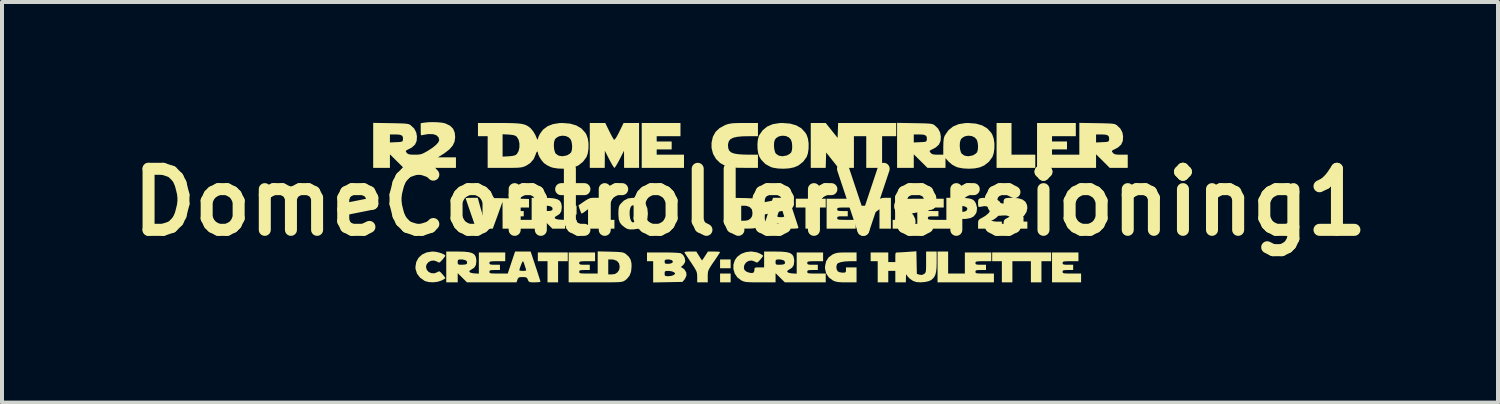
<source format=kicad_pcb>
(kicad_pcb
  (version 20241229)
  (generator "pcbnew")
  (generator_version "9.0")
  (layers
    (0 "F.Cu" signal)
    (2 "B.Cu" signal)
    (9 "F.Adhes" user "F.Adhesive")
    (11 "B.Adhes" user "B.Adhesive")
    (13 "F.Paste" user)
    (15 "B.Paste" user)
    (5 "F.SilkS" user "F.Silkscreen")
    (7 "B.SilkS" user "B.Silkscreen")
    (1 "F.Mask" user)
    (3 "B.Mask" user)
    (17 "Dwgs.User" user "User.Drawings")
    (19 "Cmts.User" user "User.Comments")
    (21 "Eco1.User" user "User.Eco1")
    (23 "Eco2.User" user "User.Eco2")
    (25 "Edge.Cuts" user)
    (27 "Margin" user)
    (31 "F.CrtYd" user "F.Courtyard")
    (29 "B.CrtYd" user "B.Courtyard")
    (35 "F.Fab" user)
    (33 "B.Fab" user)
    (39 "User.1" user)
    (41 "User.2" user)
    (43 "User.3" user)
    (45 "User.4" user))
  (footprint "DomeControllerVersioning1"
    (layer "F.Cu")
    (at 15.683 2.001)
    (property "Reference" "DomeControllerVersioning1" (at 0 0 0) (layer "F.SilkS") (effects (font (size 1.524 1.524) (thickness 0.3))))
    (attr board_only exclude_from_pos_files exclude_from_bom)
    (fp_poly (pts (xy -4.332 0.308) (xy -4.596 0.308) (xy -4.596 0.088) (xy -4.332 0.088)) (stroke (width 0) (type solid)) (fill yes) (layer "F.SilkS"))
    (fp_poly (pts (xy -4.332 0.66) (xy -4.596 0.66) (xy -4.596 0.44) (xy -4.332 0.44)) (stroke (width 0) (type solid)) (fill yes) (layer "F.SilkS"))
    (fp_poly (pts (xy -3.387 0.66) (xy -3.651 0.66) (xy -3.651 0.44) (xy -3.387 0.44)) (stroke (width 0) (type solid)) (fill yes) (layer "F.SilkS"))
    (fp_poly (pts (xy -0.484 1.649) (xy -0.748 1.649) (xy -0.748 1.429) (xy -0.484 1.429)) (stroke (width 0) (type solid)) (fill yes) (layer "F.SilkS"))
    (fp_poly (pts (xy -0.484 2.001) (xy -0.748 2.001) (xy -0.748 1.781) (xy -0.484 1.781)) (stroke (width 0) (type solid)) (fill yes) (layer "F.SilkS"))
    (fp_poly (pts (xy 2.947 0.308) (xy 2.683 0.308) (xy 2.683 0.088) (xy 2.947 0.088)) (stroke (width 0) (type solid)) (fill yes) (layer "F.SilkS"))
    (fp_poly (pts (xy 2.947 0.66) (xy 2.683 0.66) (xy 2.683 0.44) (xy 2.947 0.44)) (stroke (width 0) (type solid)) (fill yes) (layer "F.SilkS"))
    (fp_poly (pts (xy 6.531 -1.188) (xy 7.125 -1.188) (xy 7.125 -0.858) (xy 6.158 -0.858) (xy 6.158 -1.979) (xy 6.531 -1.979)) (stroke (width 0) (type solid)) (fill yes) (layer "F.SilkS"))
    (fp_poly (pts (xy -4.552 1.473) (xy -4.794 1.473) (xy -4.794 2.001) (xy -5.058 2.001) (xy -5.058 1.473) (xy -5.3 1.473) (xy -5.3 1.254) (xy -4.552 1.254)) (stroke (width 0) (type solid)) (fill yes) (layer "F.SilkS"))
    (fp_poly (pts (xy 1.891 0.132) (xy 1.649 0.132) (xy 1.649 0.66) (xy 1.385 0.66) (xy 1.385 0.132) (xy 1.144 0.132) (xy 1.144 -0.088) (xy 1.891 -0.088)) (stroke (width 0) (type solid)) (fill yes) (layer "F.SilkS"))
    (fp_poly (pts (xy -1.737 -1.649) (xy -2.331 -1.649) (xy -2.331 -1.517) (xy -1.957 -1.517) (xy -1.957 -1.319) (xy -2.331 -1.319) (xy -2.331 -1.188) (xy -1.649 -1.188) (xy -1.649 -0.858) (xy -2.705 -0.858) (xy -2.705 -1.979) (xy -1.737 -1.979)) (stroke (width 0) (type solid)) (fill yes) (layer "F.SilkS"))
    (fp_poly (pts (xy 7.521 1.473) (xy 7.279 1.473) (xy 7.279 2.001) (xy 7.015 2.001) (xy 7.015 1.473) (xy 6.553 1.473) (xy 6.553 2.001) (xy 6.29 2.001) (xy 6.29 1.473) (xy 6.048 1.473) (xy 6.048 1.254) (xy 7.521 1.254)) (stroke (width 0) (type solid)) (fill yes) (layer "F.SilkS"))
    (fp_poly (pts (xy 2.039 -1.793) (xy 2.188 -1.607) (xy 2.194 -1.793) (xy 2.201 -1.979) (xy 3.651 -1.979) (xy 3.651 -1.649) (xy 3.299 -1.649) (xy 3.299 -0.858) (xy 2.903 -0.858) (xy 2.903 -1.649) (xy 2.595 -1.649) (xy 2.595 -0.858) (xy 2.206 -0.858) (xy 2.054 -1.05) (xy 1.902 -1.242) (xy 1.896 -1.05) (xy 1.89 -0.858) (xy 1.517 -0.858) (xy 1.517 -1.979) (xy 1.89 -1.979)) (stroke (width 0) (type solid)) (fill yes) (layer "F.SilkS"))
    (fp_poly (pts (xy -3.761 0.66) (xy -4.046 0.66) (xy -4.046 0.174) (xy -4.124 0.233) (xy -4.172 0.267) (xy -4.203 0.283) (xy -4.208 0.283) (xy -4.222 0.257) (xy -4.242 0.208) (xy -4.262 0.152) (xy -4.278 0.103) (xy -4.284 0.079) (xy -4.284 0.078) (xy -4.18 0.006) (xy -4.104 -0.045) (xy -4.048 -0.078) (xy -4.005 -0.098) (xy -3.967 -0.107) (xy -3.926 -0.11) (xy -3.886 -0.11) (xy -3.761 -0.11)) (stroke (width 0) (type solid)) (fill yes) (layer "F.SilkS"))
    (fp_poly (pts (xy 3.519 0.66) (xy 3.233 0.66) (xy 3.233 0.174) (xy 3.155 0.233) (xy 3.107 0.267) (xy 3.076 0.283) (xy 3.071 0.283) (xy 3.057 0.257) (xy 3.037 0.208) (xy 3.017 0.152) (xy 3.001 0.103) (xy 2.995 0.079) (xy 2.995 0.078) (xy 3.1 0.006) (xy 3.175 -0.045) (xy 3.231 -0.078) (xy 3.274 -0.098) (xy 3.312 -0.107) (xy 3.353 -0.11) (xy 3.393 -0.11) (xy 3.519 -0.11)) (stroke (width 0) (type solid)) (fill yes) (layer "F.SilkS"))
    (fp_poly (pts (xy 2.573 0.132) (xy 2.375 0.132) (xy 2.281 0.133) (xy 2.223 0.136) (xy 2.191 0.144) (xy 2.179 0.159) (xy 2.177 0.176) (xy 2.182 0.2) (xy 2.203 0.214) (xy 2.251 0.219) (xy 2.309 0.22) (xy 2.441 0.22) (xy 2.441 0.352) (xy 2.309 0.352) (xy 2.235 0.353) (xy 2.196 0.361) (xy 2.18 0.376) (xy 2.177 0.396) (xy 2.18 0.415) (xy 2.194 0.428) (xy 2.227 0.436) (xy 2.286 0.439) (xy 2.379 0.44) (xy 2.408 0.44) (xy 2.639 0.44) (xy 2.639 0.66) (xy 1.913 0.66) (xy 1.913 -0.088) (xy 2.573 -0.088)) (stroke (width 0) (type solid)) (fill yes) (layer "F.SilkS"))
    (fp_poly (pts (xy 8.203 1.473) (xy 8.005 1.473) (xy 7.911 1.474) (xy 7.852 1.478) (xy 7.821 1.486) (xy 7.809 1.5) (xy 7.807 1.517) (xy 7.812 1.542) (xy 7.833 1.555) (xy 7.88 1.561) (xy 7.939 1.561) (xy 8.071 1.561) (xy 8.071 1.693) (xy 7.939 1.693) (xy 7.865 1.695) (xy 7.825 1.702) (xy 7.809 1.718) (xy 7.807 1.737) (xy 7.81 1.757) (xy 7.824 1.77) (xy 7.856 1.777) (xy 7.915 1.78) (xy 8.009 1.781) (xy 8.038 1.781) (xy 8.269 1.781) (xy 8.269 2.001) (xy 7.543 2.001) (xy 7.543 1.254) (xy 8.203 1.254)) (stroke (width 0) (type solid)) (fill yes) (layer "F.SilkS"))
    (fp_poly (pts (xy -3.518 -1.78) (xy -3.474 -1.693) (xy -3.435 -1.621) (xy -3.407 -1.574) (xy -3.396 -1.56) (xy -3.376 -1.57) (xy -3.34 -1.62) (xy -3.29 -1.71) (xy -3.265 -1.76) (xy -3.158 -1.979) (xy -2.771 -1.979) (xy -2.771 -0.858) (xy -3.145 -0.858) (xy -3.146 -1.072) (xy -3.147 -1.286) (xy -3.256 -1.072) (xy -3.302 -0.985) (xy -3.343 -0.915) (xy -3.373 -0.87) (xy -3.387 -0.858) (xy -3.405 -0.876) (xy -3.437 -0.926) (xy -3.479 -0.999) (xy -3.517 -1.072) (xy -3.626 -1.286) (xy -3.627 -1.072) (xy -3.629 -0.858) (xy -4.002 -0.858) (xy -4.002 -1.979) (xy -3.616 -1.979)) (stroke (width 0) (type solid)) (fill yes) (layer "F.SilkS"))
    (fp_poly (pts (xy 4.948 1.781) (xy 5.366 1.781) (xy 5.366 1.254) (xy 6.026 1.254) (xy 6.026 1.473) (xy 5.828 1.473) (xy 5.734 1.474) (xy 5.675 1.478) (xy 5.644 1.486) (xy 5.632 1.5) (xy 5.63 1.517) (xy 5.635 1.542) (xy 5.656 1.555) (xy 5.703 1.561) (xy 5.762 1.561) (xy 5.894 1.561) (xy 5.894 1.693) (xy 5.762 1.693) (xy 5.688 1.695) (xy 5.648 1.702) (xy 5.632 1.718) (xy 5.63 1.737) (xy 5.633 1.757) (xy 5.647 1.77) (xy 5.679 1.777) (xy 5.738 1.78) (xy 5.832 1.781) (xy 5.861 1.781) (xy 6.092 1.781) (xy 6.092 2.001) (xy 4.684 2.001) (xy 4.684 1.232) (xy 4.948 1.232)) (stroke (width 0) (type solid)) (fill yes) (layer "F.SilkS"))
    (fp_poly (pts (xy 6.7 -0.099) (xy 6.808 -0.066) (xy 6.88 -0.01) (xy 6.919 0.071) (xy 6.927 0.147) (xy 6.906 0.243) (xy 6.847 0.334) (xy 6.755 0.413) (xy 6.71 0.44) (xy 6.63 0.482) (xy 6.927 0.484) (xy 6.927 0.66) (xy 6.334 0.66) (xy 6.334 0.55) (xy 6.336 0.484) (xy 6.349 0.445) (xy 6.381 0.417) (xy 6.419 0.397) (xy 6.522 0.336) (xy 6.594 0.273) (xy 6.635 0.214) (xy 6.64 0.162) (xy 6.608 0.121) (xy 6.581 0.108) (xy 6.493 0.097) (xy 6.439 0.106) (xy 6.384 0.116) (xy 6.349 0.117) (xy 6.346 0.115) (xy 6.338 0.087) (xy 6.334 0.032) (xy 6.334 0.01) (xy 6.336 -0.045) (xy 6.351 -0.079) (xy 6.384 -0.099) (xy 6.444 -0.108) (xy 6.54 -0.11) (xy 6.556 -0.11)) (stroke (width 0) (type solid)) (fill yes) (layer "F.SilkS"))
    (fp_poly (pts (xy 6.063 -0.099) (xy 6.17 -0.066) (xy 6.242 -0.01) (xy 6.281 0.071) (xy 6.29 0.147) (xy 6.269 0.243) (xy 6.209 0.334) (xy 6.118 0.413) (xy 6.072 0.44) (xy 5.993 0.482) (xy 6.141 0.483) (xy 6.29 0.484) (xy 6.29 0.66) (xy 5.696 0.66) (xy 5.696 0.55) (xy 5.698 0.484) (xy 5.711 0.445) (xy 5.743 0.417) (xy 5.781 0.397) (xy 5.884 0.336) (xy 5.957 0.273) (xy 5.997 0.214) (xy 6.002 0.162) (xy 5.97 0.121) (xy 5.944 0.108) (xy 5.855 0.097) (xy 5.802 0.106) (xy 5.746 0.116) (xy 5.711 0.117) (xy 5.708 0.115) (xy 5.7 0.087) (xy 5.696 0.032) (xy 5.696 0.01) (xy 5.699 -0.045) (xy 5.713 -0.079) (xy 5.746 -0.099) (xy 5.807 -0.108) (xy 5.902 -0.11) (xy 5.918 -0.11)) (stroke (width 0) (type solid)) (fill yes) (layer "F.SilkS"))
    (fp_poly (pts (xy 2.661 1.473) (xy 2.501 1.473) (xy 2.371 1.479) (xy 2.269 1.496) (xy 2.199 1.522) (xy 2.174 1.544) (xy 2.157 1.603) (xy 2.162 1.671) (xy 2.189 1.724) (xy 2.19 1.725) (xy 2.236 1.748) (xy 2.303 1.759) (xy 2.311 1.759) (xy 2.366 1.757) (xy 2.391 1.742) (xy 2.397 1.706) (xy 2.397 1.693) (xy 2.397 1.627) (xy 2.661 1.627) (xy 2.661 2.001) (xy 2.414 2.001) (xy 2.297 2) (xy 2.214 1.995) (xy 2.152 1.985) (xy 2.101 1.968) (xy 2.072 1.955) (xy 1.972 1.882) (xy 1.904 1.783) (xy 1.874 1.665) (xy 1.874 1.597) (xy 1.901 1.474) (xy 1.961 1.38) (xy 2.057 1.308) (xy 2.074 1.299) (xy 2.126 1.278) (xy 2.182 1.264) (xy 2.255 1.257) (xy 2.354 1.254) (xy 2.415 1.254) (xy 2.661 1.254)) (stroke (width 0) (type solid)) (fill yes) (layer "F.SilkS"))
    (fp_poly (pts (xy -0.243 -0.106) (xy -0.101 -0.103) (xy 0.005 -0.099) (xy 0.081 -0.095) (xy 0.133 -0.087) (xy 0.17 -0.077) (xy 0.197 -0.063) (xy 0.212 -0.054) (xy 0.291 0.017) (xy 0.338 0.09) (xy 0.359 0.182) (xy 0.363 0.26) (xy 0.35 0.394) (xy 0.309 0.499) (xy 0.236 0.582) (xy 0.199 0.61) (xy 0.166 0.63) (xy 0.131 0.644) (xy 0.085 0.653) (xy 0.019 0.657) (xy -0.075 0.659) (xy -0.179 0.66) (xy -0.484 0.66) (xy -0.484 0.462) (xy -0.22 0.462) (xy -0.131 0.462) (xy -0.051 0.45) (xy 0.01 0.41) (xy 0.012 0.408) (xy 0.054 0.346) (xy 0.066 0.266) (xy 0.048 0.182) (xy -0.005 0.122) (xy -0.088 0.091) (xy -0.135 0.088) (xy -0.22 0.088) (xy -0.22 0.462) (xy -0.484 0.462) (xy -0.484 0.11) (xy -0.638 0.11) (xy -0.638 -0.113)) (stroke (width 0) (type solid)) (fill yes) (layer "F.SilkS"))
    (fp_poly (pts (xy 0.198 -1.649) (xy -0.019 -1.649) (xy -0.191 -1.646) (xy -0.324 -1.633) (xy -0.422 -1.61) (xy -0.489 -1.574) (xy -0.529 -1.524) (xy -0.548 -1.458) (xy -0.55 -1.418) (xy -0.543 -1.344) (xy -0.518 -1.287) (xy -0.472 -1.245) (xy -0.4 -1.217) (xy -0.296 -1.199) (xy -0.156 -1.19) (xy -0.038 -1.188) (xy 0.198 -1.188) (xy 0.198 -0.858) (xy -0.148 -0.859) (xy -0.287 -0.86) (xy -0.391 -0.863) (xy -0.469 -0.87) (xy -0.53 -0.88) (xy -0.583 -0.895) (xy -0.613 -0.905) (xy -0.746 -0.979) (xy -0.851 -1.082) (xy -0.924 -1.21) (xy -0.961 -1.355) (xy -0.961 -1.485) (xy -0.928 -1.635) (xy -0.861 -1.757) (xy -0.758 -1.854) (xy -0.619 -1.928) (xy -0.604 -1.934) (xy -0.55 -1.952) (xy -0.493 -1.964) (xy -0.425 -1.973) (xy -0.337 -1.977) (xy -0.218 -1.979) (xy -0.142 -1.979) (xy 0.198 -1.979)) (stroke (width 0) (type solid)) (fill yes) (layer "F.SilkS"))
    (fp_poly (pts (xy -1.273 1.341) (xy -1.236 1.4) (xy -1.209 1.44) (xy -1.199 1.451) (xy -1.184 1.435) (xy -1.154 1.391) (xy -1.122 1.341) (xy -1.051 1.232) (xy -0.899 1.232) (xy -0.824 1.233) (xy -0.77 1.238) (xy -0.748 1.244) (xy -0.748 1.244) (xy -0.759 1.266) (xy -0.792 1.317) (xy -0.839 1.389) (xy -0.897 1.475) (xy -0.902 1.481) (xy -0.966 1.575) (xy -1.009 1.643) (xy -1.036 1.695) (xy -1.049 1.74) (xy -1.055 1.788) (xy -1.056 1.85) (xy -1.056 1.853) (xy -1.056 2.001) (xy -1.319 2.001) (xy -1.319 1.869) (xy -1.321 1.811) (xy -1.327 1.764) (xy -1.343 1.717) (xy -1.372 1.662) (xy -1.419 1.587) (xy -1.469 1.511) (xy -1.529 1.422) (xy -1.58 1.345) (xy -1.617 1.288) (xy -1.636 1.259) (xy -1.636 1.259) (xy -1.634 1.244) (xy -1.603 1.235) (xy -1.536 1.232) (xy -1.497 1.232) (xy -1.341 1.232)) (stroke (width 0) (type solid)) (fill yes) (layer "F.SilkS"))
    (fp_poly (pts (xy -2.795 -0.093) (xy -2.688 -0.043) (xy -2.611 0.039) (xy -2.565 0.152) (xy -2.551 0.284) (xy -2.565 0.426) (xy -2.606 0.535) (xy -2.678 0.612) (xy -2.781 0.659) (xy -2.902 0.678) (xy -2.988 0.68) (xy -3.046 0.672) (xy -3.094 0.651) (xy -3.121 0.634) (xy -3.2 0.572) (xy -3.251 0.507) (xy -3.278 0.429) (xy -3.287 0.324) (xy -3.287 0.309) (xy -3.007 0.309) (xy -3.007 0.312) (xy -2.994 0.406) (xy -2.968 0.472) (xy -2.935 0.504) (xy -2.924 0.506) (xy -2.896 0.492) (xy -2.871 0.471) (xy -2.85 0.426) (xy -2.838 0.353) (xy -2.835 0.268) (xy -2.842 0.186) (xy -2.858 0.122) (xy -2.872 0.1) (xy -2.917 0.074) (xy -2.956 0.087) (xy -2.987 0.134) (xy -3.005 0.21) (xy -3.007 0.309) (xy -3.287 0.309) (xy -3.288 0.286) (xy -3.285 0.19) (xy -3.277 0.125) (xy -3.259 0.078) (xy -3.242 0.051) (xy -3.151 -0.042) (xy -3.046 -0.095) (xy -2.93 -0.11)) (stroke (width 0) (type solid)) (fill yes) (layer "F.SilkS"))
    (fp_poly (pts (xy -7.851 1.238) (xy -7.771 1.255) (xy -7.697 1.279) (xy -7.64 1.306) (xy -7.611 1.332) (xy -7.61 1.338) (xy -7.624 1.361) (xy -7.658 1.405) (xy -7.685 1.437) (xy -7.73 1.485) (xy -7.759 1.506) (xy -7.785 1.502) (xy -7.816 1.483) (xy -7.891 1.456) (xy -7.967 1.463) (xy -8.034 1.498) (xy -8.079 1.555) (xy -8.093 1.616) (xy -8.074 1.688) (xy -8.024 1.743) (xy -7.955 1.773) (xy -7.878 1.774) (xy -7.816 1.749) (xy -7.782 1.729) (xy -7.755 1.728) (xy -7.725 1.752) (xy -7.685 1.796) (xy -7.643 1.847) (xy -7.615 1.884) (xy -7.61 1.895) (xy -7.627 1.912) (xy -7.673 1.939) (xy -7.704 1.955) (xy -7.802 1.987) (xy -7.915 2) (xy -8.026 1.994) (xy -8.117 1.969) (xy -8.126 1.965) (xy -8.241 1.884) (xy -8.317 1.785) (xy -8.354 1.668) (xy -8.357 1.619) (xy -8.337 1.494) (xy -8.28 1.389) (xy -8.192 1.307) (xy -8.077 1.253) (xy -7.941 1.232) (xy -7.925 1.232)) (stroke (width 0) (type solid)) (fill yes) (layer "F.SilkS"))
    (fp_poly (pts (xy 4.161 1.507) (xy 4.167 1.789) (xy 4.229 1.809) (xy 4.292 1.817) (xy 4.344 1.794) (xy 4.367 1.777) (xy 4.382 1.756) (xy 4.392 1.723) (xy 4.396 1.67) (xy 4.398 1.588) (xy 4.398 1.495) (xy 4.398 1.232) (xy 4.662 1.232) (xy 4.662 1.49) (xy 4.659 1.633) (xy 4.647 1.741) (xy 4.625 1.822) (xy 4.59 1.883) (xy 4.539 1.932) (xy 4.526 1.943) (xy 4.459 1.973) (xy 4.365 1.993) (xy 4.259 2.001) (xy 4.158 1.994) (xy 4.147 1.992) (xy 4.069 1.963) (xy 3.992 1.911) (xy 3.933 1.85) (xy 3.914 1.816) (xy 3.903 1.8) (xy 3.897 1.822) (xy 3.894 1.884) (xy 3.894 1.886) (xy 3.892 2.001) (xy 3.629 2.001) (xy 3.629 1.715) (xy 3.453 1.715) (xy 3.453 2.001) (xy 3.189 2.001) (xy 3.189 1.473) (xy 3.013 1.473) (xy 3.013 1.254) (xy 3.453 1.254) (xy 3.453 1.495) (xy 3.629 1.495) (xy 3.629 1.374) (xy 3.63 1.305) (xy 3.637 1.269) (xy 3.656 1.256) (xy 3.691 1.254) (xy 3.741 1.252) (xy 3.821 1.248) (xy 3.916 1.242) (xy 3.954 1.239) (xy 4.155 1.225)) (stroke (width 0) (type solid)) (fill yes) (layer "F.SilkS"))
    (fp_poly (pts (xy 1 -1.964) (xy 1.158 -1.919) (xy 1.285 -1.844) (xy 1.382 -1.737) (xy 1.413 -1.686) (xy 1.447 -1.589) (xy 1.464 -1.469) (xy 1.463 -1.34) (xy 1.446 -1.221) (xy 1.414 -1.13) (xy 1.326 -1.01) (xy 1.209 -0.918) (xy 1.096 -0.87) (xy 0.976 -0.846) (xy 0.838 -0.837) (xy 0.699 -0.842) (xy 0.576 -0.862) (xy 0.519 -0.88) (xy 0.385 -0.953) (xy 0.281 -1.059) (xy 0.235 -1.133) (xy 0.205 -1.219) (xy 0.188 -1.33) (xy 0.186 -1.412) (xy 0.598 -1.412) (xy 0.606 -1.323) (xy 0.626 -1.249) (xy 0.647 -1.212) (xy 0.719 -1.163) (xy 0.811 -1.148) (xy 0.913 -1.167) (xy 0.934 -1.175) (xy 0.99 -1.208) (xy 1.03 -1.246) (xy 1.032 -1.25) (xy 1.05 -1.316) (xy 1.054 -1.403) (xy 1.045 -1.492) (xy 1.022 -1.562) (xy 0.97 -1.62) (xy 0.894 -1.654) (xy 0.807 -1.662) (xy 0.722 -1.645) (xy 0.652 -1.602) (xy 0.621 -1.561) (xy 0.602 -1.496) (xy 0.598 -1.412) (xy 0.186 -1.412) (xy 0.185 -1.45) (xy 0.196 -1.564) (xy 0.221 -1.656) (xy 0.228 -1.671) (xy 0.316 -1.798) (xy 0.429 -1.89) (xy 0.569 -1.95) (xy 0.738 -1.977) (xy 0.811 -1.979)) (stroke (width 0) (type solid)) (fill yes) (layer "F.SilkS"))
    (fp_poly (pts (xy 1.087 0.258) (xy 1.126 0.379) (xy 1.161 0.484) (xy 1.188 0.568) (xy 1.205 0.624) (xy 1.21 0.643) (xy 1.189 0.652) (xy 1.137 0.658) (xy 1.065 0.66) (xy 0.987 0.659) (xy 0.941 0.652) (xy 0.916 0.637) (xy 0.9 0.607) (xy 0.895 0.594) (xy 0.876 0.554) (xy 0.848 0.534) (xy 0.798 0.528) (xy 0.764 0.528) (xy 0.699 0.53) (xy 0.663 0.542) (xy 0.643 0.572) (xy 0.634 0.594) (xy 0.62 0.629) (xy 0.599 0.649) (xy 0.561 0.658) (xy 0.493 0.66) (xy 0.471 0.66) (xy 0.398 0.658) (xy 0.348 0.655) (xy 0.33 0.65) (xy 0.336 0.627) (xy 0.354 0.569) (xy 0.382 0.482) (xy 0.416 0.375) (xy 0.422 0.357) (xy 0.682 0.357) (xy 0.701 0.368) (xy 0.75 0.373) (xy 0.772 0.374) (xy 0.83 0.37) (xy 0.852 0.357) (xy 0.851 0.343) (xy 0.837 0.304) (xy 0.818 0.242) (xy 0.812 0.222) (xy 0.792 0.167) (xy 0.775 0.135) (xy 0.771 0.132) (xy 0.757 0.15) (xy 0.736 0.196) (xy 0.712 0.255) (xy 0.692 0.311) (xy 0.682 0.352) (xy 0.682 0.357) (xy 0.422 0.357) (xy 0.452 0.265) (xy 0.574 -0.11) (xy 0.964 -0.11)) (stroke (width 0) (type solid)) (fill yes) (layer "F.SilkS"))
    (fp_poly (pts (xy 8.663 -1.975) (xy 8.814 -1.972) (xy 8.928 -1.969) (xy 9.01 -1.965) (xy 9.068 -1.959) (xy 9.109 -1.951) (xy 9.137 -1.939) (xy 9.161 -1.923) (xy 9.162 -1.923) (xy 9.249 -1.84) (xy 9.3 -1.746) (xy 9.318 -1.645) (xy 9.311 -1.53) (xy 9.27 -1.439) (xy 9.191 -1.368) (xy 9.129 -1.334) (xy 9.068 -1.304) (xy 9.041 -1.284) (xy 9.041 -1.264) (xy 9.061 -1.236) (xy 9.087 -1.211) (xy 9.122 -1.196) (xy 9.177 -1.189) (xy 9.264 -1.188) (xy 9.267 -1.188) (xy 9.434 -1.188) (xy 9.434 -0.858) (xy 8.984 -0.858) (xy 8.814 -1.028) (xy 8.643 -1.197) (xy 8.643 -0.858) (xy 7.169 -0.858) (xy 7.169 -1.979) (xy 8.137 -1.979) (xy 8.137 -1.649) (xy 7.543 -1.649) (xy 7.543 -1.517) (xy 7.917 -1.517) (xy 7.917 -1.319) (xy 7.543 -1.319) (xy 7.543 -1.188) (xy 8.225 -1.188) (xy 8.225 -1.493) (xy 8.643 -1.493) (xy 8.802 -1.5) (xy 8.884 -1.504) (xy 8.932 -1.511) (xy 8.956 -1.524) (xy 8.966 -1.548) (xy 8.969 -1.568) (xy 8.967 -1.629) (xy 8.94 -1.667) (xy 8.884 -1.687) (xy 8.791 -1.693) (xy 8.783 -1.693) (xy 8.643 -1.693) (xy 8.643 -1.493) (xy 8.225 -1.493) (xy 8.225 -1.982)) (stroke (width 0) (type solid)) (fill yes) (layer "F.SilkS"))
    (fp_poly (pts (xy -2.047 1.255) (xy -1.928 1.258) (xy -1.829 1.263) (xy -1.758 1.269) (xy -1.727 1.275) (xy -1.672 1.317) (xy -1.633 1.384) (xy -1.618 1.459) (xy -1.626 1.503) (xy -1.66 1.558) (xy -1.697 1.592) (xy -1.724 1.617) (xy -1.72 1.627) (xy -1.719 1.627) (xy -1.686 1.642) (xy -1.642 1.677) (xy -1.637 1.681) (xy -1.592 1.754) (xy -1.588 1.834) (xy -1.625 1.914) (xy -1.636 1.929) (xy -1.689 1.99) (xy -2.419 2.004) (xy -2.419 1.781) (xy -2.133 1.781) (xy -2.13 1.823) (xy -2.113 1.842) (xy -2.069 1.847) (xy -2.038 1.847) (xy -1.969 1.84) (xy -1.912 1.821) (xy -1.901 1.814) (xy -1.871 1.788) (xy -1.877 1.768) (xy -1.901 1.748) (xy -1.95 1.727) (xy -2.018 1.716) (xy -2.038 1.715) (xy -2.098 1.717) (xy -2.125 1.73) (xy -2.133 1.76) (xy -2.133 1.781) (xy -2.419 1.781) (xy -2.419 1.484) (xy -2.133 1.484) (xy -2.128 1.52) (xy -2.105 1.536) (xy -2.051 1.539) (xy -2.048 1.539) (xy -1.987 1.532) (xy -1.943 1.515) (xy -1.938 1.51) (xy -1.927 1.474) (xy -1.954 1.447) (xy -2.014 1.431) (xy -2.05 1.429) (xy -2.104 1.433) (xy -2.128 1.449) (xy -2.133 1.484) (xy -2.419 1.484) (xy -2.419 1.473) (xy -2.573 1.473) (xy -2.573 1.254) (xy -2.179 1.254)) (stroke (width 0) (type solid)) (fill yes) (layer "F.SilkS"))
    (fp_poly (pts (xy -3.487 1.235) (xy -3.36 1.239) (xy -3.268 1.244) (xy -3.204 1.25) (xy -3.16 1.261) (xy -3.128 1.275) (xy -3.109 1.288) (xy -3.03 1.358) (xy -2.983 1.432) (xy -2.961 1.524) (xy -2.958 1.601) (xy -2.971 1.736) (xy -3.012 1.84) (xy -3.084 1.924) (xy -3.122 1.952) (xy -3.144 1.966) (xy -3.167 1.977) (xy -3.196 1.985) (xy -3.236 1.992) (xy -3.293 1.996) (xy -3.372 1.999) (xy -3.477 2) (xy -3.614 2.001) (xy -3.788 2.001) (xy -3.863 2.001) (xy -4.53 2.001) (xy -4.53 1.803) (xy -3.541 1.803) (xy -3.452 1.803) (xy -3.372 1.792) (xy -3.311 1.752) (xy -3.309 1.749) (xy -3.267 1.687) (xy -3.255 1.608) (xy -3.273 1.523) (xy -3.326 1.464) (xy -3.409 1.433) (xy -3.456 1.429) (xy -3.541 1.429) (xy -3.541 1.803) (xy -4.53 1.803) (xy -4.53 1.254) (xy -3.87 1.254) (xy -3.87 1.473) (xy -4.068 1.473) (xy -4.162 1.474) (xy -4.221 1.478) (xy -4.252 1.486) (xy -4.264 1.5) (xy -4.266 1.517) (xy -4.262 1.542) (xy -4.24 1.555) (xy -4.193 1.561) (xy -4.134 1.561) (xy -4.002 1.561) (xy -4.002 1.693) (xy -4.134 1.693) (xy -4.208 1.695) (xy -4.248 1.702) (xy -4.264 1.718) (xy -4.266 1.737) (xy -4.263 1.757) (xy -4.25 1.77) (xy -4.217 1.777) (xy -4.158 1.78) (xy -4.064 1.781) (xy -4.035 1.781) (xy -3.805 1.781) (xy -3.805 1.228)) (stroke (width 0) (type solid)) (fill yes) (layer "F.SilkS"))
    (fp_poly (pts (xy -7.798 -1.997) (xy -7.69 -1.986) (xy -7.61 -1.969) (xy -7.607 -1.967) (xy -7.493 -1.912) (xy -7.417 -1.837) (xy -7.375 -1.737) (xy -7.364 -1.623) (xy -7.379 -1.515) (xy -7.425 -1.416) (xy -7.506 -1.322) (xy -7.626 -1.228) (xy -7.685 -1.19) (xy -7.794 -1.122) (xy -7.345 -1.122) (xy -7.345 -0.858) (xy -8.653 -0.858) (xy -8.824 -1.028) (xy -8.994 -1.197) (xy -8.994 -0.858) (xy -9.412 -0.858) (xy -9.412 -1.493) (xy -8.994 -1.493) (xy -8.835 -1.5) (xy -8.753 -1.504) (xy -8.705 -1.511) (xy -8.681 -1.524) (xy -8.671 -1.548) (xy -8.668 -1.568) (xy -8.67 -1.629) (xy -8.697 -1.667) (xy -8.753 -1.687) (xy -8.846 -1.693) (xy -8.854 -1.693) (xy -8.994 -1.693) (xy -8.994 -1.493) (xy -9.412 -1.493) (xy -9.412 -1.982) (xy -8.974 -1.975) (xy -8.823 -1.972) (xy -8.71 -1.969) (xy -8.627 -1.965) (xy -8.569 -1.959) (xy -8.529 -1.951) (xy -8.5 -1.939) (xy -8.476 -1.923) (xy -8.475 -1.923) (xy -8.388 -1.84) (xy -8.338 -1.746) (xy -8.319 -1.645) (xy -8.326 -1.53) (xy -8.367 -1.439) (xy -8.446 -1.368) (xy -8.508 -1.334) (xy -8.569 -1.304) (xy -8.596 -1.284) (xy -8.596 -1.264) (xy -8.576 -1.236) (xy -8.549 -1.21) (xy -8.514 -1.196) (xy -8.457 -1.189) (xy -8.375 -1.188) (xy -8.293 -1.189) (xy -8.231 -1.197) (xy -8.174 -1.216) (xy -8.107 -1.25) (xy -8.046 -1.285) (xy -7.934 -1.358) (xy -7.846 -1.429) (xy -7.787 -1.494) (xy -7.763 -1.548) (xy -7.763 -1.554) (xy -7.782 -1.624) (xy -7.836 -1.674) (xy -7.92 -1.701) (xy -8.029 -1.702) (xy -8.085 -1.695) (xy -8.154 -1.682) (xy -8.202 -1.674) (xy -8.218 -1.671) (xy -8.221 -1.691) (xy -8.224 -1.744) (xy -8.225 -1.819) (xy -8.225 -1.822) (xy -8.225 -1.973) (xy -8.142 -1.987) (xy -8.038 -1.998) (xy -7.919 -2.001)) (stroke (width 0) (type solid)) (fill yes) (layer "F.SilkS"))
    (fp_poly (pts (xy 5.337 -0.108) (xy 5.445 -0.099) (xy 5.524 -0.083) (xy 5.578 -0.056) (xy 5.616 -0.016) (xy 5.643 0.034) (xy 5.671 0.141) (xy 5.66 0.239) (xy 5.64 0.287) (xy 5.587 0.354) (xy 5.507 0.396) (xy 5.395 0.416) (xy 5.334 0.418) (xy 5.19 0.418) (xy 5.19 0.66) (xy 4.178 0.66) (xy 4.178 0.132) (xy 4.07 0.132) (xy 4.005 0.135) (xy 3.96 0.144) (xy 3.95 0.151) (xy 3.957 0.176) (xy 3.989 0.216) (xy 4.005 0.233) (xy 4.081 0.324) (xy 4.125 0.416) (xy 4.136 0.502) (xy 4.111 0.576) (xy 4.076 0.614) (xy 4.044 0.635) (xy 4.005 0.649) (xy 3.949 0.656) (xy 3.865 0.659) (xy 3.791 0.66) (xy 3.563 0.66) (xy 3.563 0.44) (xy 3.669 0.44) (xy 3.734 0.437) (xy 3.779 0.43) (xy 3.789 0.426) (xy 3.783 0.404) (xy 3.753 0.36) (xy 3.708 0.305) (xy 3.655 0.24) (xy 3.616 0.179) (xy 3.601 0.14) (xy 3.601 0.065) (xy 3.623 -0.008) (xy 3.663 -0.059) (xy 3.673 -0.066) (xy 3.707 -0.073) (xy 3.779 -0.078) (xy 3.884 -0.083) (xy 4.017 -0.086) (xy 4.172 -0.088) (xy 4.276 -0.088) (xy 4.838 -0.088) (xy 4.838 0.132) (xy 4.64 0.132) (xy 4.546 0.133) (xy 4.488 0.136) (xy 4.457 0.144) (xy 4.444 0.159) (xy 4.442 0.176) (xy 4.447 0.2) (xy 4.468 0.214) (xy 4.516 0.219) (xy 4.574 0.22) (xy 4.706 0.22) (xy 4.706 0.352) (xy 4.574 0.352) (xy 4.501 0.353) (xy 4.461 0.361) (xy 4.445 0.376) (xy 4.442 0.396) (xy 4.445 0.415) (xy 4.459 0.428) (xy 4.492 0.436) (xy 4.551 0.439) (xy 4.644 0.44) (xy 4.673 0.44) (xy 4.904 0.44) (xy 4.904 0.086) (xy 5.19 0.086) (xy 5.19 0.164) (xy 5.192 0.212) (xy 5.207 0.235) (xy 5.246 0.242) (xy 5.286 0.242) (xy 5.365 0.233) (xy 5.411 0.207) (xy 5.43 0.162) (xy 5.408 0.126) (xy 5.35 0.101) (xy 5.292 0.092) (xy 5.19 0.086) (xy 4.904 0.086) (xy 4.904 -0.11) (xy 5.191 -0.11)) (stroke (width 0) (type solid)) (fill yes) (layer "F.SilkS"))
    (fp_poly (pts (xy 4.111 -1.975) (xy 4.262 -1.972) (xy 4.375 -1.969) (xy 4.458 -1.965) (xy 4.516 -1.959) (xy 4.556 -1.951) (xy 4.585 -1.939) (xy 4.609 -1.923) (xy 4.61 -1.923) (xy 4.697 -1.84) (xy 4.747 -1.746) (xy 4.766 -1.645) (xy 4.759 -1.53) (xy 4.718 -1.439) (xy 4.639 -1.368) (xy 4.577 -1.334) (xy 4.516 -1.304) (xy 4.489 -1.284) (xy 4.489 -1.264) (xy 4.509 -1.236) (xy 4.539 -1.208) (xy 4.579 -1.194) (xy 4.644 -1.188) (xy 4.688 -1.188) (xy 4.827 -1.188) (xy 4.827 -1.391) (xy 4.828 -1.412) (xy 5.238 -1.412) (xy 5.246 -1.323) (xy 5.266 -1.249) (xy 5.287 -1.212) (xy 5.359 -1.163) (xy 5.451 -1.148) (xy 5.553 -1.167) (xy 5.574 -1.175) (xy 5.631 -1.208) (xy 5.67 -1.246) (xy 5.672 -1.25) (xy 5.691 -1.316) (xy 5.695 -1.403) (xy 5.685 -1.492) (xy 5.663 -1.562) (xy 5.61 -1.62) (xy 5.534 -1.654) (xy 5.447 -1.662) (xy 5.362 -1.645) (xy 5.292 -1.602) (xy 5.261 -1.561) (xy 5.243 -1.496) (xy 5.238 -1.412) (xy 4.828 -1.412) (xy 4.83 -1.504) (xy 4.838 -1.584) (xy 4.855 -1.644) (xy 4.868 -1.671) (xy 4.956 -1.798) (xy 5.069 -1.89) (xy 5.209 -1.95) (xy 5.378 -1.977) (xy 5.451 -1.979) (xy 5.64 -1.964) (xy 5.798 -1.919) (xy 5.925 -1.844) (xy 6.023 -1.737) (xy 6.053 -1.686) (xy 6.087 -1.589) (xy 6.104 -1.469) (xy 6.103 -1.34) (xy 6.086 -1.221) (xy 6.054 -1.13) (xy 5.966 -1.01) (xy 5.849 -0.918) (xy 5.736 -0.87) (xy 5.612 -0.845) (xy 5.469 -0.837) (xy 5.326 -0.844) (xy 5.2 -0.867) (xy 5.153 -0.882) (xy 5.05 -0.937) (xy 4.962 -1.012) (xy 4.961 -1.013) (xy 4.882 -1.1) (xy 4.882 -0.858) (xy 4.432 -0.858) (xy 4.261 -1.028) (xy 4.09 -1.197) (xy 4.09 -0.858) (xy 3.673 -0.858) (xy 3.673 -1.493) (xy 4.09 -1.493) (xy 4.25 -1.5) (xy 4.332 -1.504) (xy 4.38 -1.511) (xy 4.404 -1.524) (xy 4.414 -1.548) (xy 4.416 -1.568) (xy 4.415 -1.629) (xy 4.388 -1.667) (xy 4.332 -1.687) (xy 4.238 -1.693) (xy 4.231 -1.693) (xy 4.09 -1.693) (xy 4.09 -1.493) (xy 3.673 -1.493) (xy 3.673 -1.982)) (stroke (width 0) (type solid)) (fill yes) (layer "F.SilkS"))
    (fp_poly (pts (xy -6.08 -1.978) (xy -5.927 -1.975) (xy -5.807 -1.969) (xy -5.712 -1.958) (xy -5.639 -1.942) (xy -5.58 -1.919) (xy -5.531 -1.889) (xy -5.484 -1.851) (xy -5.469 -1.836) (xy -5.415 -1.769) (xy -5.365 -1.686) (xy -5.347 -1.645) (xy -5.323 -1.589) (xy -5.307 -1.563) (xy -5.301 -1.568) (xy -5.284 -1.634) (xy -5.242 -1.715) (xy -5.182 -1.797) (xy -5.161 -1.82) (xy -5.057 -1.898) (xy -4.921 -1.951) (xy -4.758 -1.977) (xy -4.687 -1.979) (xy -4.498 -1.964) (xy -4.34 -1.919) (xy -4.213 -1.844) (xy -4.115 -1.737) (xy -4.085 -1.686) (xy -4.051 -1.589) (xy -4.034 -1.469) (xy -4.035 -1.34) (xy -4.052 -1.221) (xy -4.084 -1.13) (xy -4.172 -1.01) (xy -4.289 -0.918) (xy -4.402 -0.87) (xy -4.522 -0.846) (xy -4.66 -0.837) (xy -4.799 -0.842) (xy -4.922 -0.862) (xy -4.979 -0.88) (xy -5.057 -0.917) (xy -5.128 -0.964) (xy -5.151 -0.983) (xy -5.205 -1.046) (xy -5.254 -1.12) (xy -5.288 -1.192) (xy -5.3 -1.243) (xy -5.307 -1.268) (xy -5.324 -1.26) (xy -5.344 -1.225) (xy -5.354 -1.193) (xy -5.403 -1.078) (xy -5.488 -0.979) (xy -5.593 -0.911) (xy -5.635 -0.893) (xy -5.675 -0.879) (xy -5.72 -0.87) (xy -5.779 -0.863) (xy -5.858 -0.86) (xy -5.965 -0.858) (xy -6.108 -0.858) (xy -6.13 -0.858) (xy -6.553 -0.858) (xy -6.553 -1.649) (xy -6.795 -1.649) (xy -6.795 -1.698) (xy -6.18 -1.698) (xy -6.18 -1.139) (xy -6.026 -1.147) (xy -5.933 -1.156) (xy -5.873 -1.171) (xy -5.832 -1.196) (xy -5.825 -1.202) (xy -5.782 -1.273) (xy -5.76 -1.367) (xy -5.76 -1.412) (xy -4.9 -1.412) (xy -4.892 -1.323) (xy -4.872 -1.249) (xy -4.851 -1.212) (xy -4.779 -1.163) (xy -4.687 -1.148) (xy -4.585 -1.167) (xy -4.564 -1.175) (xy -4.507 -1.208) (xy -4.468 -1.246) (xy -4.466 -1.25) (xy -4.447 -1.316) (xy -4.443 -1.403) (xy -4.453 -1.492) (xy -4.475 -1.562) (xy -4.528 -1.62) (xy -4.604 -1.654) (xy -4.691 -1.662) (xy -4.776 -1.645) (xy -4.846 -1.602) (xy -4.877 -1.561) (xy -4.895 -1.496) (xy -4.9 -1.412) (xy -5.76 -1.412) (xy -5.759 -1.468) (xy -5.781 -1.562) (xy -5.824 -1.633) (xy -5.824 -1.634) (xy -5.862 -1.661) (xy -5.917 -1.678) (xy -6 -1.688) (xy -6.026 -1.69) (xy -6.18 -1.698) (xy -6.795 -1.698) (xy -6.795 -1.979) (xy -6.271 -1.979)) (stroke (width 0) (type solid)) (fill yes) (layer "F.SilkS"))
    (fp_poly (pts (xy 0.163 1.25) (xy 0.235 1.277) (xy 0.29 1.307) (xy 0.324 1.331) (xy 0.329 1.338) (xy 0.315 1.361) (xy 0.28 1.405) (xy 0.254 1.437) (xy 0.209 1.485) (xy 0.18 1.506) (xy 0.153 1.502) (xy 0.123 1.484) (xy 0.046 1.456) (xy -0.031 1.464) (xy -0.097 1.503) (xy -0.141 1.566) (xy -0.154 1.63) (xy -0.141 1.688) (xy -0.097 1.73) (xy -0.023 1.759) (xy 0.051 1.77) (xy 0.094 1.752) (xy 0.11 1.702) (xy 0.11 1.691) (xy 0.112 1.655) (xy 0.126 1.636) (xy 0.162 1.628) (xy 0.231 1.627) (xy 0.352 1.627) (xy 0.352 1.495) (xy 0.638 1.495) (xy 0.64 1.534) (xy 0.655 1.554) (xy 0.693 1.561) (xy 0.748 1.561) (xy 0.824 1.556) (xy 0.864 1.54) (xy 0.872 1.528) (xy 0.871 1.481) (xy 0.833 1.448) (xy 0.763 1.431) (xy 0.734 1.429) (xy 0.674 1.431) (xy 0.646 1.443) (xy 0.638 1.473) (xy 0.638 1.495) (xy 0.352 1.495) (xy 0.352 1.232) (xy 0.639 1.232) (xy 0.795 1.235) (xy 0.914 1.247) (xy 0.998 1.269) (xy 1.054 1.306) (xy 1.087 1.359) (xy 1.102 1.43) (xy 1.104 1.471) (xy 1.092 1.568) (xy 1.051 1.635) (xy 0.989 1.675) (xy 0.938 1.707) (xy 0.928 1.737) (xy 0.958 1.76) (xy 1.026 1.775) (xy 1.05 1.777) (xy 1.166 1.784) (xy 1.166 1.254) (xy 1.825 1.254) (xy 1.825 1.473) (xy 1.627 1.473) (xy 1.533 1.474) (xy 1.475 1.478) (xy 1.444 1.486) (xy 1.431 1.5) (xy 1.429 1.517) (xy 1.434 1.542) (xy 1.455 1.555) (xy 1.503 1.561) (xy 1.561 1.561) (xy 1.693 1.561) (xy 1.693 1.693) (xy 1.561 1.693) (xy 1.488 1.695) (xy 1.448 1.702) (xy 1.432 1.718) (xy 1.429 1.737) (xy 1.432 1.757) (xy 1.446 1.77) (xy 1.479 1.777) (xy 1.538 1.78) (xy 1.631 1.781) (xy 1.66 1.781) (xy 1.891 1.781) (xy 1.891 2.001) (xy 0.87 2.001) (xy 0.754 1.887) (xy 0.638 1.772) (xy 0.638 2.001) (xy 0.256 2.001) (xy 0.117 2.001) (xy 0.013 1.999) (xy -0.062 1.995) (xy -0.117 1.989) (xy -0.159 1.978) (xy -0.196 1.963) (xy -0.222 1.95) (xy -0.317 1.877) (xy -0.382 1.781) (xy -0.415 1.67) (xy -0.414 1.555) (xy -0.378 1.445) (xy -0.323 1.367) (xy -0.224 1.291) (xy -0.102 1.245) (xy 0.03 1.23)) (stroke (width 0) (type solid)) (fill yes) (layer "F.SilkS"))
    (fp_poly (pts (xy -7.143 1.235) (xy -7.025 1.247) (xy -6.941 1.269) (xy -6.885 1.306) (xy -6.852 1.359) (xy -6.837 1.43) (xy -6.835 1.471) (xy -6.847 1.568) (xy -6.888 1.635) (xy -6.95 1.675) (xy -7.001 1.707) (xy -7.011 1.737) (xy -6.981 1.76) (xy -6.913 1.775) (xy -6.889 1.777) (xy -6.773 1.784) (xy -6.773 1.254) (xy -6.114 1.254) (xy -6.114 1.473) (xy -6.312 1.473) (xy -6.406 1.474) (xy -6.464 1.478) (xy -6.495 1.486) (xy -6.508 1.5) (xy -6.509 1.517) (xy -6.505 1.542) (xy -6.483 1.555) (xy -6.436 1.561) (xy -6.377 1.561) (xy -6.246 1.561) (xy -6.246 1.693) (xy -6.377 1.693) (xy -6.451 1.695) (xy -6.491 1.702) (xy -6.507 1.718) (xy -6.509 1.737) (xy -6.507 1.757) (xy -6.493 1.77) (xy -6.46 1.777) (xy -6.4 1.78) (xy -6.306 1.781) (xy -6.28 1.781) (xy -6.051 1.781) (xy -6.024 1.699) (xy -5.762 1.699) (xy -5.742 1.709) (xy -5.693 1.715) (xy -5.671 1.715) (xy -5.613 1.712) (xy -5.591 1.698) (xy -5.593 1.685) (xy -5.606 1.645) (xy -5.626 1.584) (xy -5.632 1.564) (xy -5.651 1.508) (xy -5.668 1.477) (xy -5.673 1.473) (xy -5.687 1.492) (xy -5.708 1.538) (xy -5.731 1.596) (xy -5.751 1.653) (xy -5.761 1.693) (xy -5.762 1.699) (xy -6.024 1.699) (xy -5.96 1.506) (xy -5.868 1.232) (xy -5.479 1.232) (xy -5.357 1.6) (xy -5.317 1.72) (xy -5.283 1.826) (xy -5.256 1.91) (xy -5.239 1.965) (xy -5.234 1.985) (xy -5.254 1.993) (xy -5.307 1.999) (xy -5.379 2.001) (xy -5.457 2) (xy -5.502 1.994) (xy -5.528 1.978) (xy -5.544 1.948) (xy -5.549 1.935) (xy -5.568 1.895) (xy -5.595 1.876) (xy -5.645 1.87) (xy -5.68 1.869) (xy -5.745 1.872) (xy -5.78 1.884) (xy -5.801 1.913) (xy -5.809 1.935) (xy -5.832 2.001) (xy -7.069 2.001) (xy -7.185 1.887) (xy -7.301 1.772) (xy -7.301 2.001) (xy -7.587 2.001) (xy -7.587 1.495) (xy -7.301 1.495) (xy -7.299 1.534) (xy -7.284 1.554) (xy -7.246 1.561) (xy -7.19 1.561) (xy -7.114 1.556) (xy -7.075 1.54) (xy -7.067 1.528) (xy -7.068 1.481) (xy -7.106 1.448) (xy -7.176 1.431) (xy -7.205 1.429) (xy -7.265 1.431) (xy -7.293 1.443) (xy -7.301 1.473) (xy -7.301 1.495) (xy -7.587 1.495) (xy -7.587 1.232) (xy -7.3 1.232)) (stroke (width 0) (type solid)) (fill yes) (layer "F.SilkS"))
    (fp_poly (pts (xy -6.727 0.154) (xy -6.697 0.254) (xy -6.671 0.337) (xy -6.651 0.394) (xy -6.64 0.418) (xy -6.639 0.418) (xy -6.628 0.398) (xy -6.608 0.344) (xy -6.583 0.264) (xy -6.554 0.166) (xy -6.553 0.164) (xy -6.524 0.065) (xy -6.497 -0.018) (xy -6.477 -0.075) (xy -6.465 -0.099) (xy -6.465 -0.099) (xy -6.439 -0.101) (xy -6.376 -0.102) (xy -6.283 -0.102) (xy -6.165 -0.1) (xy -6.031 -0.096) (xy -5.985 -0.095) (xy -5.52 -0.081) (xy -5.52 0.132) (xy -5.718 0.132) (xy -5.812 0.133) (xy -5.87 0.136) (xy -5.901 0.144) (xy -5.914 0.159) (xy -5.916 0.176) (xy -5.911 0.2) (xy -5.89 0.214) (xy -5.842 0.219) (xy -5.784 0.22) (xy -5.652 0.22) (xy -5.652 0.352) (xy -5.784 0.352) (xy -5.857 0.353) (xy -5.897 0.361) (xy -5.913 0.376) (xy -5.916 0.396) (xy -5.913 0.415) (xy -5.899 0.428) (xy -5.866 0.436) (xy -5.807 0.439) (xy -5.714 0.44) (xy -5.685 0.44) (xy -5.454 0.44) (xy -5.454 0.154) (xy -5.168 0.154) (xy -5.166 0.193) (xy -5.151 0.212) (xy -5.113 0.219) (xy -5.057 0.22) (xy -4.981 0.215) (xy -4.942 0.198) (xy -4.934 0.187) (xy -4.935 0.14) (xy -4.973 0.106) (xy -5.043 0.089) (xy -5.072 0.088) (xy -5.131 0.09) (xy -5.159 0.102) (xy -5.168 0.131) (xy -5.168 0.154) (xy -5.454 0.154) (xy -5.454 -0.11) (xy -5.167 -0.11) (xy -5.01 -0.107) (xy -4.892 -0.095) (xy -4.808 -0.072) (xy -4.751 -0.036) (xy -4.719 0.017) (xy -4.704 0.089) (xy -4.702 0.13) (xy -4.714 0.226) (xy -4.755 0.293) (xy -4.816 0.333) (xy -4.869 0.365) (xy -4.879 0.394) (xy -4.849 0.418) (xy -4.781 0.433) (xy -4.744 0.435) (xy -4.618 0.442) (xy -4.618 0.66) (xy -4.936 0.66) (xy -5.052 0.545) (xy -5.168 0.43) (xy -5.168 0.66) (xy -6.18 0.66) (xy -6.182 -0.011) (xy -6.269 0.231) (xy -6.307 0.338) (xy -6.344 0.439) (xy -6.374 0.522) (xy -6.391 0.566) (xy -6.425 0.66) (xy -6.633 0.66) (xy -6.743 0.657) (xy -6.813 0.65) (xy -6.847 0.638) (xy -6.851 0.632) (xy -6.869 0.583) (xy -6.895 0.507) (xy -6.928 0.413) (xy -6.965 0.307) (xy -7.002 0.199) (xy -7.037 0.097) (xy -7.067 0.008) (xy -7.09 -0.059) (xy -7.102 -0.096) (xy -7.103 -0.1) (xy -7.083 -0.105) (xy -7.03 -0.109) (xy -6.956 -0.11) (xy -6.952 -0.11) (xy -6.801 -0.11)) (stroke (width 0) (type solid)) (fill yes) (layer "F.SilkS")))
  (gr_rect
    (start -3 -3)
    (end 34.365 7.005)
    (stroke (width 0.1) (type default))
    (fill no)
    (layer "Edge.Cuts")))
</source>
